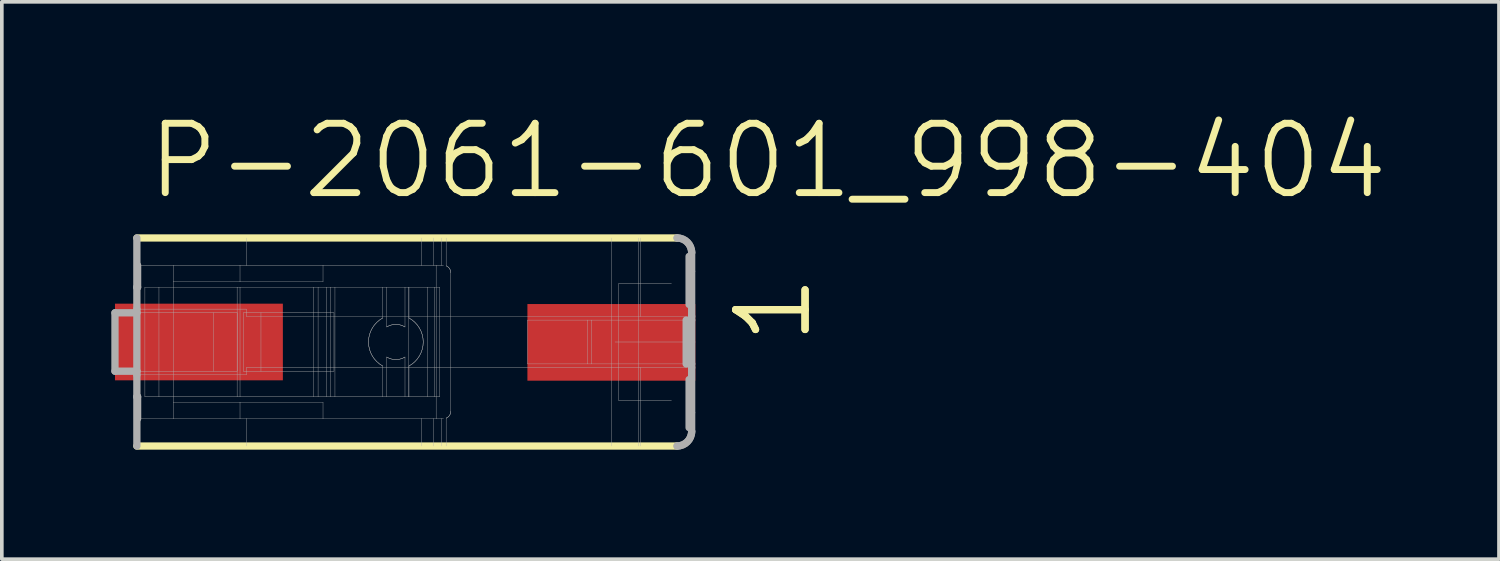
<source format=kicad_pcb>
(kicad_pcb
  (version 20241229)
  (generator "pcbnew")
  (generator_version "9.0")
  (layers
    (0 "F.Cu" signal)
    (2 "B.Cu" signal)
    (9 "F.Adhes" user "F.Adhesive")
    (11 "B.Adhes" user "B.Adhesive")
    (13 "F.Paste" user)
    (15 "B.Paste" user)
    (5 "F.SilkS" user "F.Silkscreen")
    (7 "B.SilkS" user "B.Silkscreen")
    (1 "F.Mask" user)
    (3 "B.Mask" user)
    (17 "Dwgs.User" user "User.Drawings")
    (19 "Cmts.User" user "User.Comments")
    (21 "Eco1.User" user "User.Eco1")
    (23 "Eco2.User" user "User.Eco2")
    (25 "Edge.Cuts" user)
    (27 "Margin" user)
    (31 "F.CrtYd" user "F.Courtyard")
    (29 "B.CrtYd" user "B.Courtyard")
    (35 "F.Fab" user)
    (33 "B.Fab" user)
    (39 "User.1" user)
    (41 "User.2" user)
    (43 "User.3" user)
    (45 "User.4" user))
  (footprint "P-2061-601_998-404"
    (layer "F.Cu")
    (at 8.05 6.32)
    (property "Reference" "P-2061-601_998-404" (at -7.15 -3.85 0) (layer "F.SilkS") (effects (font (size 1.9 1.9) (thickness 0.19)) (justify left bottom)))
    (attr through_hole)
    (fp_line (start 7.445 -2.85) (end -7.35 -2.85) (stroke (width 0.2) (type solid)) (layer "F.SilkS"))
    (fp_line (start 7.445 2.85) (end -7.35 2.85) (stroke (width 0.2) (type solid)) (layer "F.SilkS"))
    (fp_line (start -7.95 -0.8) (end -7.35 -0.8) (stroke (width 0.2) (type solid)) (layer "F.Fab"))
    (fp_line (start -7.95 0.8) (end -7.95 -0.8) (stroke (width 0.2) (type solid)) (layer "F.Fab"))
    (fp_line (start -7.95 0.8) (end -7.35 0.8) (stroke (width 0.2) (type solid)) (layer "F.Fab"))
    (fp_line (start -7.35 -1.5) (end -7.35 -2.85) (stroke (width 0.2) (type solid)) (layer "F.Fab"))
    (fp_line (start -7.35 -0.9) (end -7.35 -1.5) (stroke (width 0.2) (type solid)) (layer "F.Fab"))
    (fp_line (start -7.35 -0.8) (end -7.35 -0.9) (stroke (width 0.2) (type solid)) (layer "F.Fab"))
    (fp_line (start -7.35 -0.8) (end -5.25 -0.8) (stroke (width 0.01) (type solid)) (layer "F.Fab"))
    (fp_line (start -7.35 0.8) (end -7.35 -0.8) (stroke (width 0.2) (type solid)) (layer "F.Fab"))
    (fp_line (start -7.35 0.8) (end -5.25 0.8) (stroke (width 0.01) (type solid)) (layer "F.Fab"))
    (fp_line (start -7.35 0.9) (end -7.35 0.8) (stroke (width 0.2) (type solid)) (layer "F.Fab"))
    (fp_line (start -7.35 1.5) (end -7.35 0.9) (stroke (width 0.2) (type solid)) (layer "F.Fab"))
    (fp_line (start -7.35 2.85) (end -7.35 1.5) (stroke (width 0.2) (type solid)) (layer "F.Fab"))
    (fp_line (start -7.33 -2.1) (end -7.33 -1.5) (stroke (width 0.2) (type solid)) (layer "F.Fab"))
    (fp_line (start -7.33 -1.5) (end -7.35 -1.5) (stroke (width 0.2) (type solid)) (layer "F.Fab"))
    (fp_line (start -7.33 1.5) (end -7.35 1.5) (stroke (width 0.2) (type solid)) (layer "F.Fab"))
    (fp_line (start -7.33 1.5) (end -7.33 2.1) (stroke (width 0.2) (type solid)) (layer "F.Fab"))
    (fp_line (start -7.33 2.1) (end -6.35 2.1) (stroke (width 0.01) (type solid)) (layer "F.Fab"))
    (fp_line (start -7.13 1.5) (end -7.13 -1.5) (stroke (width 0.01) (type solid)) (layer "F.Fab"))
    (fp_line (start -6.745 -1.5) (end -7.13 -1.5) (stroke (width 0.01) (type solid)) (layer "F.Fab"))
    (fp_line (start -6.745 1.5) (end -7.13 1.5) (stroke (width 0.01) (type solid)) (layer "F.Fab"))
    (fp_line (start -6.745 1.5) (end -6.745 -1.5) (stroke (width 0.01) (type solid)) (layer "F.Fab"))
    (fp_line (start -6.35 -2.1) (end -7.33 -2.1) (stroke (width 0.01) (type solid)) (layer "F.Fab"))
    (fp_line (start -6.35 -1.65) (end -6.35 -2.1) (stroke (width 0.01) (type solid)) (layer "F.Fab"))
    (fp_line (start -6.35 1.65) (end -6.35 -1.65) (stroke (width 0.01) (type solid)) (layer "F.Fab"))
    (fp_line (start -6.35 2.1) (end -6.35 1.65) (stroke (width 0.01) (type solid)) (layer "F.Fab"))
    (fp_line (start -6.35 2.1) (end -4.524 2.1) (stroke (width 0.01) (type solid)) (layer "F.Fab"))
    (fp_line (start -5.25 -0.8) (end -4.602 -0.8) (stroke (width 0.01) (type solid)) (layer "F.Fab"))
    (fp_line (start -5.25 0.8) (end -5.25 -0.8) (stroke (width 0.01) (type solid)) (layer "F.Fab"))
    (fp_line (start -5.25 0.8) (end -4.602 0.8) (stroke (width 0.01) (type solid)) (layer "F.Fab"))
    (fp_line (start -4.603 -1.5) (end -6.745 -1.5) (stroke (width 0.01) (type solid)) (layer "F.Fab"))
    (fp_line (start -4.603 1.5) (end -6.745 1.5) (stroke (width 0.01) (type solid)) (layer "F.Fab"))
    (fp_line (start -4.603 1.5) (end -4.603 -1.5) (stroke (width 0.01) (type solid)) (layer "F.Fab"))
    (fp_line (start -4.602 -0.8) (end -4.602 0.8) (stroke (width 0.01) (type solid)) (layer "F.Fab"))
    (fp_line (start -4.524 -2.1) (end -6.35 -2.1) (stroke (width 0.01) (type solid)) (layer "F.Fab"))
    (fp_line (start -4.524 -1.65) (end -6.35 -1.65) (stroke (width 0.01) (type solid)) (layer "F.Fab"))
    (fp_line (start -4.524 -1.65) (end -4.524 -2.1) (stroke (width 0.01) (type solid)) (layer "F.Fab"))
    (fp_line (start -4.524 -1.5) (end -4.603 -1.5) (stroke (width 0.01) (type solid)) (layer "F.Fab"))
    (fp_line (start -4.524 1.5) (end -4.603 1.5) (stroke (width 0.01) (type solid)) (layer "F.Fab"))
    (fp_line (start -4.524 1.5) (end -4.524 -1.5) (stroke (width 0.01) (type solid)) (layer "F.Fab"))
    (fp_line (start -4.524 1.65) (end -6.35 1.65) (stroke (width 0.01) (type solid)) (layer "F.Fab"))
    (fp_line (start -4.524 1.65) (end -4.524 2.1) (stroke (width 0.01) (type solid)) (layer "F.Fab"))
    (fp_line (start -4.524 2.1) (end -4.35 2.1) (stroke (width 0.01) (type solid)) (layer "F.Fab"))
    (fp_line (start -4.432 0.8) (end -4.432 -0.8) (stroke (width 0.01) (type solid)) (layer "F.Fab"))
    (fp_line (start -4.35 -2.1) (end -4.524 -2.1) (stroke (width 0.01) (type solid)) (layer "F.Fab"))
    (fp_line (start -4.35 -2.1) (end -4.35 -2.85) (stroke (width 0.01) (type solid)) (layer "F.Fab"))
    (fp_line (start -4.35 -0.9) (end -7.35 -0.9) (stroke (width 0.01) (type solid)) (layer "F.Fab"))
    (fp_line (start -4.35 -0.7) (end -4.35 -0.9) (stroke (width 0.01) (type solid)) (layer "F.Fab"))
    (fp_line (start -4.35 -0.7) (end 6.45 -0.7) (stroke (width 0.01) (type solid)) (layer "F.Fab"))
    (fp_line (start -4.35 0.7) (end 6.45 0.7) (stroke (width 0.01) (type solid)) (layer "F.Fab"))
    (fp_line (start -4.35 0.9) (end -7.35 0.9) (stroke (width 0.01) (type solid)) (layer "F.Fab"))
    (fp_line (start -4.35 0.9) (end -4.35 0.7) (stroke (width 0.01) (type solid)) (layer "F.Fab"))
    (fp_line (start -4.35 2.1) (end -2.25 2.1) (stroke (width 0.01) (type solid)) (layer "F.Fab"))
    (fp_line (start -4.35 2.85) (end -4.35 2.1) (stroke (width 0.01) (type solid)) (layer "F.Fab"))
    (fp_line (start -3.95 -0.8) (end -4.432 -0.8) (stroke (width 0.01) (type solid)) (layer "F.Fab"))
    (fp_line (start -3.95 0.8) (end -4.432 0.8) (stroke (width 0.01) (type solid)) (layer "F.Fab"))
    (fp_line (start -3.95 0.8) (end -3.95 -0.8) (stroke (width 0.01) (type solid)) (layer "F.Fab"))
    (fp_line (start -2.507 -1.5) (end -4.524 -1.5) (stroke (width 0.01) (type solid)) (layer "F.Fab"))
    (fp_line (start -2.507 1.5) (end -4.524 1.5) (stroke (width 0.01) (type solid)) (layer "F.Fab"))
    (fp_line (start -2.507 1.5) (end -2.507 -1.5) (stroke (width 0.01) (type solid)) (layer "F.Fab"))
    (fp_line (start -2.385 -1.5) (end -2.507 -1.5) (stroke (width 0.01) (type solid)) (layer "F.Fab"))
    (fp_line (start -2.385 1.5) (end -2.507 1.5) (stroke (width 0.01) (type solid)) (layer "F.Fab"))
    (fp_line (start -2.385 1.5) (end -2.385 -1.5) (stroke (width 0.01) (type solid)) (layer "F.Fab"))
    (fp_line (start -2.25 -2.1) (end -4.35 -2.1) (stroke (width 0.01) (type solid)) (layer "F.Fab"))
    (fp_line (start -2.25 -1.65) (end -4.524 -1.65) (stroke (width 0.01) (type solid)) (layer "F.Fab"))
    (fp_line (start -2.25 -1.65) (end -2.25 -2.1) (stroke (width 0.01) (type solid)) (layer "F.Fab"))
    (fp_line (start -2.25 1.65) (end -4.524 1.65) (stroke (width 0.01) (type solid)) (layer "F.Fab"))
    (fp_line (start -2.25 1.65) (end -2.25 2.1) (stroke (width 0.01) (type solid)) (layer "F.Fab"))
    (fp_line (start -2.25 2.1) (end 0.457 2.1) (stroke (width 0.01) (type solid)) (layer "F.Fab"))
    (fp_line (start -2.154 -1.5) (end -2.385 -1.5) (stroke (width 0.01) (type solid)) (layer "F.Fab"))
    (fp_line (start -2.154 1.5) (end -2.385 1.5) (stroke (width 0.01) (type solid)) (layer "F.Fab"))
    (fp_line (start -2.154 1.5) (end -2.154 -1.5) (stroke (width 0.01) (type solid)) (layer "F.Fab"))
    (fp_line (start -2.038 -1.5) (end -2.154 -1.5) (stroke (width 0.01) (type solid)) (layer "F.Fab"))
    (fp_line (start -2.038 1.5) (end -2.154 1.5) (stroke (width 0.01) (type solid)) (layer "F.Fab"))
    (fp_line (start -2.038 1.5) (end -2.038 -1.5) (stroke (width 0.01) (type solid)) (layer "F.Fab"))
    (fp_line (start -1.95 -0.8) (end -3.95 -0.8) (stroke (width 0.01) (type solid)) (layer "F.Fab"))
    (fp_line (start -1.95 0.8) (end -3.95 0.8) (stroke (width 0.01) (type solid)) (layer "F.Fab"))
    (fp_line (start -1.95 0.8) (end -1.95 -0.8) (stroke (width 0.01) (type solid)) (layer "F.Fab"))
    (fp_line (start -1.923 -1.5) (end -2.038 -1.5) (stroke (width 0.01) (type solid)) (layer "F.Fab"))
    (fp_line (start -1.923 1.5) (end -2.038 1.5) (stroke (width 0.01) (type solid)) (layer "F.Fab"))
    (fp_line (start -1.923 1.5) (end -1.923 -1.5) (stroke (width 0.01) (type solid)) (layer "F.Fab"))
    (fp_line (start -0.613 -1.5) (end -1.923 -1.5) (stroke (width 0.01) (type solid)) (layer "F.Fab"))
    (fp_line (start -0.613 -0.658) (end -0.613 -1.5) (stroke (width 0.01) (type solid)) (layer "F.Fab"))
    (fp_line (start -0.613 1.5) (end -1.923 1.5) (stroke (width 0.01) (type solid)) (layer "F.Fab"))
    (fp_line (start -0.613 1.5) (end -0.613 0.658) (stroke (width 0.01) (type solid)) (layer "F.Fab"))
    (fp_line (start -0.504 -1.5) (end -0.613 -1.5) (stroke (width 0.01) (type solid)) (layer "F.Fab"))
    (fp_line (start -0.504 -0.412) (end -0.504 -1.5) (stroke (width 0.01) (type solid)) (layer "F.Fab"))
    (fp_line (start -0.504 1.5) (end -0.613 1.5) (stroke (width 0.01) (type solid)) (layer "F.Fab"))
    (fp_line (start -0.504 1.5) (end -0.504 0.412) (stroke (width 0.01) (type solid)) (layer "F.Fab"))
    (fp_line (start -0.004 -1.5) (end -0.504 -1.5) (stroke (width 0.01) (type solid)) (layer "F.Fab"))
    (fp_line (start -0.004 -0.412) (end -0.004 -1.5) (stroke (width 0.01) (type solid)) (layer "F.Fab"))
    (fp_line (start -0.004 1.5) (end -0.504 1.5) (stroke (width 0.01) (type solid)) (layer "F.Fab"))
    (fp_line (start -0.004 1.5) (end -0.004 0.412) (stroke (width 0.01) (type solid)) (layer "F.Fab"))
    (fp_line (start 0.101 -1.5) (end -0.004 -1.5) (stroke (width 0.01) (type solid)) (layer "F.Fab"))
    (fp_line (start 0.101 1.5) (end -0.004 1.5) (stroke (width 0.01) (type solid)) (layer "F.Fab"))
    (fp_line (start 0.101 1.5) (end 0.101 -1.5) (stroke (width 0.01) (type solid)) (layer "F.Fab"))
    (fp_line (start 0.105 -1.5) (end 0.101 -1.5) (stroke (width 0.01) (type solid)) (layer "F.Fab"))
    (fp_line (start 0.105 -0.658) (end 0.105 -1.5) (stroke (width 0.01) (type solid)) (layer "F.Fab"))
    (fp_line (start 0.105 1.5) (end 0.101 1.5) (stroke (width 0.01) (type solid)) (layer "F.Fab"))
    (fp_line (start 0.105 1.5) (end 0.105 0.658) (stroke (width 0.01) (type solid)) (layer "F.Fab"))
    (fp_line (start 0.457 -2.1) (end -2.25 -2.1) (stroke (width 0.01) (type solid)) (layer "F.Fab"))
    (fp_line (start 0.457 -2.1) (end 0.457 -2.85) (stroke (width 0.01) (type solid)) (layer "F.Fab"))
    (fp_line (start 0.457 2.1) (end 0.782 2.1) (stroke (width 0.01) (type solid)) (layer "F.Fab"))
    (fp_line (start 0.457 2.85) (end 0.457 2.1) (stroke (width 0.01) (type solid)) (layer "F.Fab"))
    (fp_line (start 0.605 -1.5) (end 0.105 -1.5) (stroke (width 0.01) (type solid)) (layer "F.Fab"))
    (fp_line (start 0.605 1.5) (end 0.105 1.5) (stroke (width 0.01) (type solid)) (layer "F.Fab"))
    (fp_line (start 0.605 1.5) (end 0.605 -1.5) (stroke (width 0.01) (type solid)) (layer "F.Fab"))
    (fp_line (start 0.782 -2.1) (end 0.457 -2.1) (stroke (width 0.01) (type solid)) (layer "F.Fab"))
    (fp_line (start 0.782 -2.1) (end 0.782 -2.85) (stroke (width 0.01) (type solid)) (layer "F.Fab"))
    (fp_line (start 0.782 2.1) (end 0.85 2.1) (stroke (width 0.01) (type solid)) (layer "F.Fab"))
    (fp_line (start 0.782 2.85) (end 0.782 2.1) (stroke (width 0.01) (type solid)) (layer "F.Fab"))
    (fp_line (start 0.802 -1.5) (end 0.605 -1.5) (stroke (width 0.01) (type solid)) (layer "F.Fab"))
    (fp_line (start 0.802 1.5) (end 0.605 1.5) (stroke (width 0.01) (type solid)) (layer "F.Fab"))
    (fp_line (start 0.802 1.5) (end 0.802 -1.5) (stroke (width 0.01) (type solid)) (layer "F.Fab"))
    (fp_line (start 0.85 -2.1) (end 0.782 -2.1) (stroke (width 0.01) (type solid)) (layer "F.Fab"))
    (fp_line (start 0.85 2.1) (end 0.85 -2.1) (stroke (width 0.01) (type solid)) (layer "F.Fab"))
    (fp_line (start 0.85 2.1) (end 0.994 2.1) (stroke (width 0.01) (type solid)) (layer "F.Fab"))
    (fp_line (start 0.95 -1.5) (end 0.802 -1.5) (stroke (width 0.01) (type solid)) (layer "F.Fab"))
    (fp_line (start 0.95 1.5) (end 0.802 1.5) (stroke (width 0.01) (type solid)) (layer "F.Fab"))
    (fp_line (start 0.95 1.5) (end 0.95 -1.5) (stroke (width 0.01) (type solid)) (layer "F.Fab"))
    (fp_line (start 0.994 -2.1) (end 0.85 -2.1) (stroke (width 0.01) (type solid)) (layer "F.Fab"))
    (fp_line (start 0.994 -2.1) (end 0.994 -2.85) (stroke (width 0.01) (type solid)) (layer "F.Fab"))
    (fp_line (start 0.994 2.1) (end 1.05 2.1) (stroke (width 0.01) (type solid)) (layer "F.Fab"))
    (fp_line (start 0.994 2.85) (end 0.994 2.1) (stroke (width 0.01) (type solid)) (layer "F.Fab"))
    (fp_line (start 1.05 -2.1) (end 0.994 -2.1) (stroke (width 0.01) (type solid)) (layer "F.Fab"))
    (fp_line (start 1.124 -2.086) (end 1.124 -2.85) (stroke (width 0.01) (type solid)) (layer "F.Fab"))
    (fp_line (start 1.124 2.85) (end 1.124 2.086) (stroke (width 0.01) (type solid)) (layer "F.Fab"))
    (fp_line (start 1.25 1.9) (end 1.25 -1.9) (stroke (width 0.01) (type solid)) (layer "F.Fab"))
    (fp_line (start 3.35 -0.6) (end 4.999 -0.6) (stroke (width 0.01) (type solid)) (layer "F.Fab"))
    (fp_line (start 3.35 0.6) (end 3.35 -0.6) (stroke (width 0.01) (type solid)) (layer "F.Fab"))
    (fp_line (start 4.999 -0.6) (end 5.104 -0.6) (stroke (width 0.01) (type solid)) (layer "F.Fab"))
    (fp_line (start 4.999 0.6) (end 3.35 0.6) (stroke (width 0.01) (type solid)) (layer "F.Fab"))
    (fp_line (start 4.999 0.6) (end 4.999 -0.6) (stroke (width 0.01) (type solid)) (layer "F.Fab"))
    (fp_line (start 5.104 -0.6) (end 7.7 -0.6) (stroke (width 0.01) (type solid)) (layer "F.Fab"))
    (fp_line (start 5.104 0.6) (end 4.999 0.6) (stroke (width 0.01) (type solid)) (layer "F.Fab"))
    (fp_line (start 5.104 0.6) (end 5.104 -0.6) (stroke (width 0.01) (type solid)) (layer "F.Fab"))
    (fp_line (start 5.65 2.85) (end 5.65 -2.85) (stroke (width 0.01) (type solid)) (layer "F.Fab"))
    (fp_line (start 5.85 -1.6) (end 5.85 1.6) (stroke (width 0.01) (type solid)) (layer "F.Fab"))
    (fp_line (start 5.85 1.6) (end 7.298 1.6) (stroke (width 0.01) (type solid)) (layer "F.Fab"))
    (fp_line (start 6.394 2.85) (end 6.394 -2.85) (stroke (width 0.01) (type solid)) (layer "F.Fab"))
    (fp_line (start 6.45 -0.7) (end 6.45 -2.85) (stroke (width 0.01) (type solid)) (layer "F.Fab"))
    (fp_line (start 6.45 -0.7) (end 7.85 -0.7) (stroke (width 0.01) (type solid)) (layer "F.Fab"))
    (fp_line (start 6.45 0.7) (end 7.85 0.7) (stroke (width 0.01) (type solid)) (layer "F.Fab"))
    (fp_line (start 6.45 2.85) (end 6.45 0.7) (stroke (width 0.01) (type solid)) (layer "F.Fab"))
    (fp_line (start 7.298 -1.6) (end 5.85 -1.6) (stroke (width 0.01) (type solid)) (layer "F.Fab"))
    (fp_line (start 7.7 -0.6) (end 7.85 -0.6) (stroke (width 0.01) (type solid)) (layer "F.Fab"))
    (fp_line (start 7.7 0.6) (end 5.104 0.6) (stroke (width 0.01) (type solid)) (layer "F.Fab"))
    (fp_line (start 7.7 0.6) (end 7.7 -0.6) (stroke (width 0.2) (type solid)) (layer "F.Fab"))
    (fp_line (start 7.78 -1.029) (end 7.78 -2.346) (stroke (width 0.2) (type solid)) (layer "F.Fab"))
    (fp_line (start 7.78 2.346) (end 7.78 1.029) (stroke (width 0.2) (type solid)) (layer "F.Fab"))
    (fp_line (start 7.85 -2.45) (end 7.85 -1.95) (stroke (width 0.2) (type solid)) (layer "F.Fab"))
    (fp_line (start 7.85 -0.7) (end 7.85 -1.921) (stroke (width 0.2) (type solid)) (layer "F.Fab"))
    (fp_line (start 7.85 -0.6) (end 7.85 -0.7) (stroke (width 0.2) (type solid)) (layer "F.Fab"))
    (fp_line (start 7.85 0.6) (end 7.7 0.6) (stroke (width 0.01) (type solid)) (layer "F.Fab"))
    (fp_line (start 7.85 0.6) (end 7.85 -0.6) (stroke (width 0.2) (type solid)) (layer "F.Fab"))
    (fp_line (start 7.85 0.7) (end 7.85 0.6) (stroke (width 0.2) (type solid)) (layer "F.Fab"))
    (fp_line (start 7.85 1.921) (end 7.85 0.7) (stroke (width 0.2) (type solid)) (layer "F.Fab"))
    (fp_line (start 7.85 2.45) (end 7.85 1.95) (stroke (width 0.2) (type solid)) (layer "F.Fab"))
    (fp_line (start 7.95 0) (end 5.75 0) (stroke (width 0.01) (type solid)) (layer "F.Fab"))
    (fp_arc (start -0.613399 0.6584) (mid -1.004208 0) (end -0.6134 -0.6584) (stroke (width 0.01) (type solid)) (layer "F.Fab"))
    (fp_arc (start -0.613399 0.6584) (mid -1.004208 0) (end -0.6134 -0.6584) (stroke (width 0.01) (type solid)) (layer "F.Fab"))
    (fp_arc (start -0.5042 -0.4123) (mid -0.2542 -0.482174) (end -0.0042 -0.4123) (stroke (width 0.01) (type solid)) (layer "F.Fab"))
    (fp_arc (start -0.5042 -0.4123) (mid -0.2542 -0.482174) (end -0.0042 -0.4123) (stroke (width 0.01) (type solid)) (layer "F.Fab"))
    (fp_arc (start -0.0042 0.4123) (mid -0.2542 0.482174) (end -0.5042 0.4123) (stroke (width 0.01) (type solid)) (layer "F.Fab"))
    (fp_arc (start -0.0042 0.4123) (mid -0.2542 0.482174) (end -0.5042 0.4123) (stroke (width 0.01) (type solid)) (layer "F.Fab"))
    (fp_arc (start 0.105001 -0.6584) (mid 0.49581 0) (end 0.105 0.6584) (stroke (width 0.01) (type solid)) (layer "F.Fab"))
    (fp_arc (start 0.105001 -0.6584) (mid 0.49581 0) (end 0.105 0.6584) (stroke (width 0.01) (type solid)) (layer "F.Fab"))
    (fp_arc (start 1.123999 -2.0858) (mid 1.215527 -2.012246) (end 1.25 -1.9) (stroke (width 0.01) (type solid)) (layer "F.Fab"))
    (fp_arc (start 1.123999 -2.0858) (mid 1.215527 -2.012246) (end 1.25 -1.9) (stroke (width 0.01) (type solid)) (layer "F.Fab"))
    (fp_arc (start 1.250001 1.899999) (mid 1.215529 2.012246) (end 1.124 2.0858) (stroke (width 0.01) (type solid)) (layer "F.Fab"))
    (fp_arc (start 1.250001 1.899999) (mid 1.215529 2.012246) (end 1.124 2.0858) (stroke (width 0.01) (type solid)) (layer "F.Fab"))
    (fp_arc (start 7.45 -2.85) (mid 7.732843 -2.732843) (end 7.85 -2.45) (stroke (width 0.2) (type solid)) (layer "F.Fab"))
    (fp_arc (start 7.45 -2.85) (mid 7.732843 -2.732843) (end 7.85 -2.45) (stroke (width 0.2) (type solid)) (layer "F.Fab"))
    (fp_arc (start 7.85 2.45) (mid 7.732843 2.732843) (end 7.45 2.85) (stroke (width 0.2) (type solid)) (layer "F.Fab"))
    (fp_arc (start 7.85 2.45) (mid 7.732843 2.732843) (end 7.45 2.85) (stroke (width 0.2) (type solid)) (layer "F.Fab"))
    (fp_text user "1" (at 11.2 0.15 90) (layer "F.SilkS") (effects (font (size 1.9 1.9) (thickness 0.2)) (justify left bottom)))
    (fp_text user "1" (at 11.2 0.15 90) (layer "F.SilkS") (effects (font (size 1.9 1.9) (thickness 0.2)) (justify left bottom)))
    (pad "1" smd rect (at -5.65 0) (size 4.6 2.1) (layers "F.Cu" "F.Mask" "F.Paste"))
    (pad "1" smd rect (at 5.65 0.01) (size 4.6 2.1) (layers "F.Cu" "F.Mask" "F.Paste")))
  (gr_rect
    (start -3 -3)
    (end 38.019 12.27)
    (stroke (width 0.1) (type default))
    (fill no)
    (layer "Edge.Cuts")))
</source>
